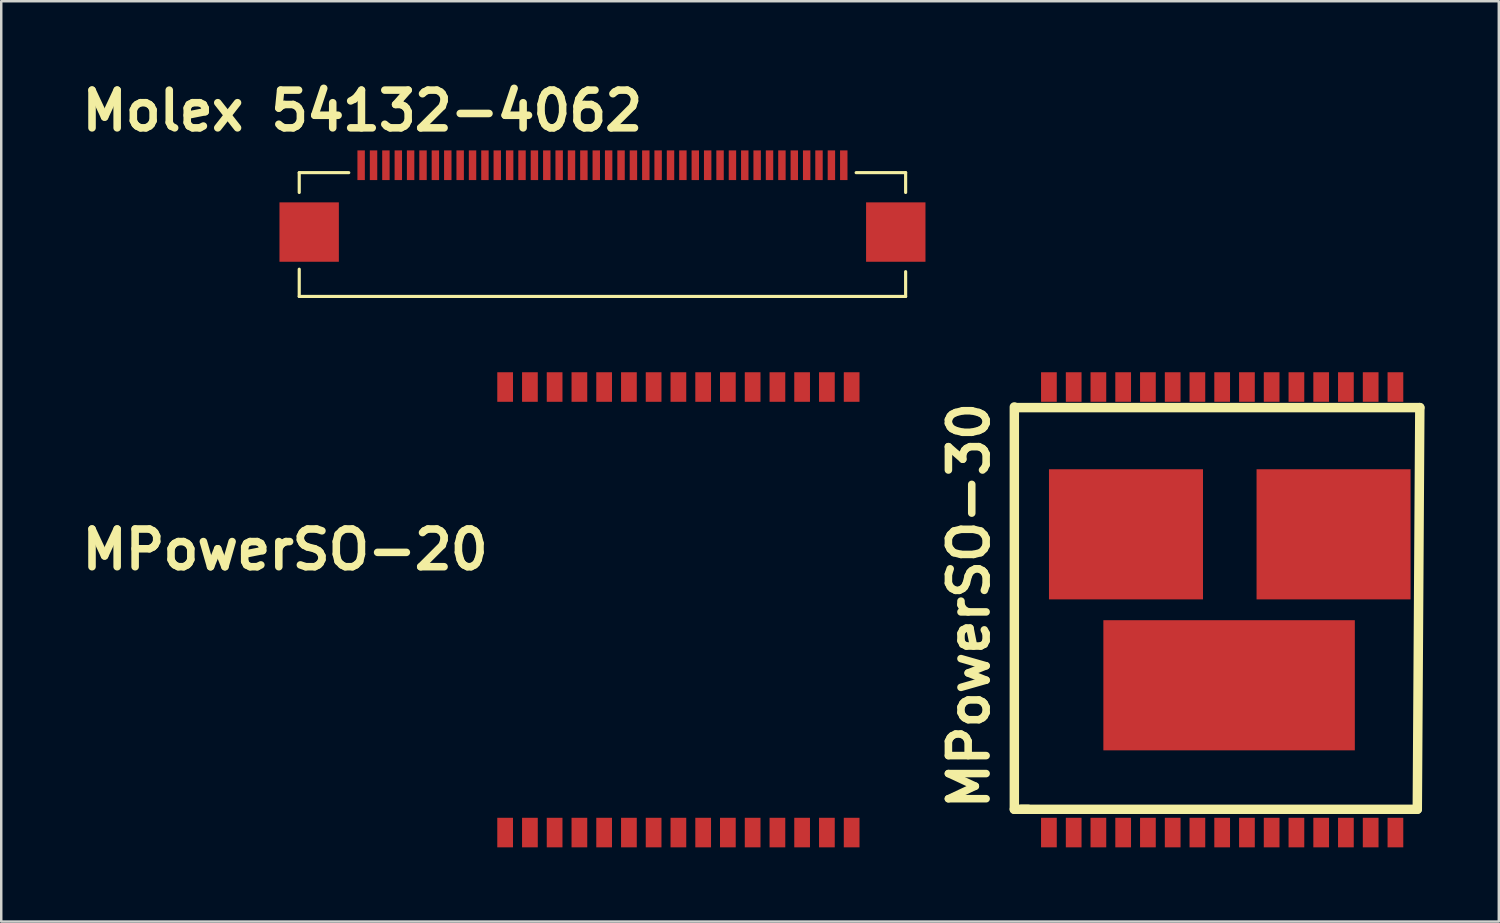
<source format=kicad_pcb>
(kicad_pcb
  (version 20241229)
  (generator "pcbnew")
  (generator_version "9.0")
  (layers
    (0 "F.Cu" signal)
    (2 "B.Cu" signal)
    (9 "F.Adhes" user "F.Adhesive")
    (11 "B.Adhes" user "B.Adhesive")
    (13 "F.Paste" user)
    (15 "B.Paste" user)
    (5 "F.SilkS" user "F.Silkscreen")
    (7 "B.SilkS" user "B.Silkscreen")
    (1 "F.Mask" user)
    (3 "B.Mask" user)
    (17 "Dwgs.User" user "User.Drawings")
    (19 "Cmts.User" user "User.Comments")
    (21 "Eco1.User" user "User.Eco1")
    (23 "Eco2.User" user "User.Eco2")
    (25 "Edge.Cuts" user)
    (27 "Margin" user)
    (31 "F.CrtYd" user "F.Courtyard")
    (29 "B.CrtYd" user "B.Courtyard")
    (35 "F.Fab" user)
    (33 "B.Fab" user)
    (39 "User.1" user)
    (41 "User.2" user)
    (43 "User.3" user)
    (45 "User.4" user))
  (footprint "Molex 54132-4062"
    (layer "F.Cu")
    (at 21.29 3.626)
    (property "Reference" "Molex 54132-4062" (at -9.7 -2.2 0) (layer "F.SilkS") (effects (font (size 1.524 1.524) (thickness 0.305))))
    (attr through_hole)
    (fp_line (start -12.25 0.3) (end -12.25 1.1) (stroke (width 0.127) (type solid)) (layer "F.SilkS"))
    (fp_line (start -12.25 4.201) (end -12.25 5.301) (stroke (width 0.127) (type solid)) (layer "F.SilkS"))
    (fp_line (start -12.25 5.301) (end 12.25 5.301) (stroke (width 0.127) (type solid)) (layer "F.SilkS"))
    (fp_line (start -10.249 0.3) (end -12.25 0.3) (stroke (width 0.127) (type solid)) (layer "F.SilkS"))
    (fp_line (start 10.251 0.3) (end 12.25 0.3) (stroke (width 0.127) (type solid)) (layer "F.SilkS"))
    (fp_line (start 12.25 0.3) (end 12.25 1.1) (stroke (width 0.127) (type solid)) (layer "F.SilkS"))
    (fp_line (start 12.25 5.301) (end 12.25 4.3) (stroke (width 0.127) (type solid)) (layer "F.SilkS"))
    (pad "1" smd rect (at -9.749 0) (size 0.3 1.199) (layers "F.Cu" "F.Mask" "F.Paste"))
    (pad "2" smd rect (at -9.248 0) (size 0.3 1.199) (layers "F.Cu" "F.Mask" "F.Paste"))
    (pad "3" smd rect (at -8.748 0) (size 0.3 1.199) (layers "F.Cu" "F.Mask" "F.Paste"))
    (pad "4" smd rect (at -8.247 0) (size 0.3 1.199) (layers "F.Cu" "F.Mask" "F.Paste"))
    (pad "5" smd rect (at -7.75 0) (size 0.3 1.199) (layers "F.Cu" "F.Mask" "F.Paste"))
    (pad "6" smd rect (at -7.249 0) (size 0.3 1.199) (layers "F.Cu" "F.Mask" "F.Paste"))
    (pad "7" smd rect (at -6.749 0) (size 0.3 1.199) (layers "F.Cu" "F.Mask" "F.Paste"))
    (pad "8" smd rect (at -6.248 0) (size 0.3 1.199) (layers "F.Cu" "F.Mask" "F.Paste"))
    (pad "9" smd rect (at -5.748 0) (size 0.3 1.199) (layers "F.Cu" "F.Mask" "F.Paste"))
    (pad "10" smd rect (at -5.248 0) (size 0.3 1.199) (layers "F.Cu" "F.Mask" "F.Paste"))
    (pad "11" smd rect (at -4.747 0) (size 0.3 1.199) (layers "F.Cu" "F.Mask" "F.Paste"))
    (pad "12" smd rect (at -4.249 0) (size 0.3 1.199) (layers "F.Cu" "F.Mask" "F.Paste"))
    (pad "13" smd rect (at -3.749 0) (size 0.3 1.199) (layers "F.Cu" "F.Mask" "F.Paste"))
    (pad "14" smd rect (at -3.249 0) (size 0.3 1.199) (layers "F.Cu" "F.Mask" "F.Paste"))
    (pad "15" smd rect (at -2.748 0) (size 0.3 1.199) (layers "F.Cu" "F.Mask" "F.Paste"))
    (pad "16" smd rect (at -2.248 0) (size 0.3 1.199) (layers "F.Cu" "F.Mask" "F.Paste"))
    (pad "17" smd rect (at -1.748 0) (size 0.3 1.199) (layers "F.Cu" "F.Mask" "F.Paste"))
    (pad "18" smd rect (at -1.25 0) (size 0.3 1.199) (layers "F.Cu" "F.Mask" "F.Paste"))
    (pad "19" smd rect (at -0.749 0) (size 0.3 1.199) (layers "F.Cu" "F.Mask" "F.Paste"))
    (pad "20" smd rect (at -0.249 0) (size 0.3 1.199) (layers "F.Cu" "F.Mask" "F.Paste"))
    (pad "21" smd rect (at 0.251 0) (size 0.3 1.199) (layers "F.Cu" "F.Mask" "F.Paste"))
    (pad "22" smd rect (at 0.752 0) (size 0.3 1.199) (layers "F.Cu" "F.Mask" "F.Paste"))
    (pad "23" smd rect (at 1.252 0) (size 0.3 1.199) (layers "F.Cu" "F.Mask" "F.Paste"))
    (pad "24" smd rect (at 1.753 0) (size 0.3 1.199) (layers "F.Cu" "F.Mask" "F.Paste"))
    (pad "25" smd rect (at 2.25 0) (size 0.3 1.199) (layers "F.Cu" "F.Mask" "F.Paste"))
    (pad "26" smd rect (at 2.751 0) (size 0.3 1.199) (layers "F.Cu" "F.Mask" "F.Paste"))
    (pad "27" smd rect (at 3.251 0) (size 0.3 1.199) (layers "F.Cu" "F.Mask" "F.Paste"))
    (pad "28" smd rect (at 3.752 0) (size 0.3 1.199) (layers "F.Cu" "F.Mask" "F.Paste"))
    (pad "29" smd rect (at 4.252 0) (size 0.3 1.199) (layers "F.Cu" "F.Mask" "F.Paste"))
    (pad "30" smd rect (at 4.752 0) (size 0.3 1.199) (layers "F.Cu" "F.Mask" "F.Paste"))
    (pad "31" smd rect (at 5.253 0) (size 0.3 1.199) (layers "F.Cu" "F.Mask" "F.Paste"))
    (pad "32" smd rect (at 5.751 0) (size 0.3 1.199) (layers "F.Cu" "F.Mask" "F.Paste"))
    (pad "33" smd rect (at 6.251 0) (size 0.3 1.199) (layers "F.Cu" "F.Mask" "F.Paste"))
    (pad "34" smd rect (at 6.751 0) (size 0.3 1.199) (layers "F.Cu" "F.Mask" "F.Paste"))
    (pad "35" smd rect (at 7.252 0) (size 0.3 1.199) (layers "F.Cu" "F.Mask" "F.Paste"))
    (pad "36" smd rect (at 7.752 0) (size 0.3 1.199) (layers "F.Cu" "F.Mask" "F.Paste"))
    (pad "37" smd rect (at 8.252 0) (size 0.3 1.199) (layers "F.Cu" "F.Mask" "F.Paste"))
    (pad "38" smd rect (at 8.75 0) (size 0.3 1.199) (layers "F.Cu" "F.Mask" "F.Paste"))
    (pad "39" smd rect (at 9.251 0) (size 0.3 1.199) (layers "F.Cu" "F.Mask" "F.Paste"))
    (pad "40" smd rect (at 9.751 0) (size 0.3 1.199) (layers "F.Cu" "F.Mask" "F.Paste"))
    (pad "41" smd rect (at -11.849 2.7) (size 2.4 2.4) (layers "F.Cu" "F.Mask" "F.Paste"))
    (pad "42" smd rect (at 11.852 2.7) (size 2.4 2.4) (layers "F.Cu" "F.Mask" "F.Paste")))
  (footprint "MPowerSO-30"
    (layer "F.Cu")
    (at 39.329 30.588)
    (property "Reference" "MPowerSO-30" (at -3.226 -9.169 90) (layer "F.SilkS") (effects (font (size 1.524 1.524) (thickness 0.305))))
    (attr through_hole)
    (fp_line (start -1.397 -17.196) (end -1.397 -0.94) (stroke (width 0.381) (type solid)) (layer "F.SilkS"))
    (fp_line (start -1.397 -0.94) (end -0.838 -0.94) (stroke (width 0.381) (type solid)) (layer "F.SilkS"))
    (fp_line (start -1.346 -17.17) (end 14.986 -17.17) (stroke (width 0.381) (type solid)) (layer "F.SilkS"))
    (fp_line (start 14.884 -0.94) (end -1.118 -0.94) (stroke (width 0.381) (type solid)) (layer "F.SilkS"))
    (fp_line (start 14.986 -17.17) (end 14.884 -0.94) (stroke (width 0.381) (type solid)) (layer "F.SilkS"))
    (pad "1" smd rect (at 0 0) (size 0.635 1.194) (layers "F.Cu" "F.Mask" "F.Paste"))
    (pad "2" smd rect (at 1.001 0) (size 0.635 1.194) (layers "F.Cu" "F.Mask" "F.Paste"))
    (pad "3" smd rect (at 1.999 0) (size 0.635 1.194) (layers "F.Cu" "F.Mask" "F.Paste"))
    (pad "4" smd rect (at 3 0) (size 0.635 1.194) (layers "F.Cu" "F.Mask" "F.Paste"))
    (pad "5" smd rect (at 4 0) (size 0.635 1.194) (layers "F.Cu" "F.Mask" "F.Paste"))
    (pad "6" smd rect (at 5.001 0) (size 0.635 1.194) (layers "F.Cu" "F.Mask" "F.Paste"))
    (pad "7" smd rect (at 5.999 0) (size 0.635 1.194) (layers "F.Cu" "F.Mask" "F.Paste"))
    (pad "8" smd rect (at 7 0) (size 0.635 1.194) (layers "F.Cu" "F.Mask" "F.Paste"))
    (pad "9" smd rect (at 8.001 0) (size 0.635 1.194) (layers "F.Cu" "F.Mask" "F.Paste"))
    (pad "10" smd rect (at 8.999 0) (size 0.635 1.194) (layers "F.Cu" "F.Mask" "F.Paste"))
    (pad "11" smd rect (at 10 0) (size 0.635 1.194) (layers "F.Cu" "F.Mask" "F.Paste"))
    (pad "12" smd rect (at 11.001 0) (size 0.635 1.194) (layers "F.Cu" "F.Mask" "F.Paste"))
    (pad "13" smd rect (at 11.999 0) (size 0.635 1.194) (layers "F.Cu" "F.Mask" "F.Paste"))
    (pad "14" smd rect (at 13 0) (size 0.635 1.194) (layers "F.Cu" "F.Mask" "F.Paste"))
    (pad "15" smd rect (at 14 0) (size 0.635 1.194) (layers "F.Cu" "F.Mask" "F.Paste"))
    (pad "16" smd rect (at 14 -18.001) (size 0.635 1.194) (layers "F.Cu" "F.Mask" "F.Paste"))
    (pad "17" smd rect (at 13 -18.001) (size 0.635 1.194) (layers "F.Cu" "F.Mask" "F.Paste"))
    (pad "18" smd rect (at 11.999 -18.001) (size 0.635 1.194) (layers "F.Cu" "F.Mask" "F.Paste"))
    (pad "19" smd rect (at 11.001 -18.001) (size 0.635 1.194) (layers "F.Cu" "F.Mask" "F.Paste"))
    (pad "20" smd rect (at 10 -18.001) (size 0.635 1.194) (layers "F.Cu" "F.Mask" "F.Paste"))
    (pad "21" smd rect (at 8.999 -18.001) (size 0.635 1.194) (layers "F.Cu" "F.Mask" "F.Paste"))
    (pad "22" smd rect (at 8.001 -18.001) (size 0.635 1.194) (layers "F.Cu" "F.Mask" "F.Paste"))
    (pad "23" smd rect (at 7 -18.001) (size 0.635 1.194) (layers "F.Cu" "F.Mask" "F.Paste"))
    (pad "24" smd rect (at 5.999 -18.001) (size 0.635 1.194) (layers "F.Cu" "F.Mask" "F.Paste"))
    (pad "25" smd rect (at 5.001 -18.001) (size 0.635 1.194) (layers "F.Cu" "F.Mask" "F.Paste"))
    (pad "26" smd rect (at 4 -18.001) (size 0.635 1.194) (layers "F.Cu" "F.Mask" "F.Paste"))
    (pad "27" smd rect (at 3 -18.001) (size 0.635 1.194) (layers "F.Cu" "F.Mask" "F.Paste"))
    (pad "28" smd rect (at 1.999 -18.001) (size 0.635 1.194) (layers "F.Cu" "F.Mask" "F.Paste"))
    (pad "29" smd rect (at 1.001 -18.001) (size 0.635 1.194) (layers "F.Cu" "F.Mask" "F.Paste"))
    (pad "30" smd rect (at 0 -18.001) (size 0.635 1.194) (layers "F.Cu" "F.Mask" "F.Paste"))
    (pad "31" smd rect (at 7.28 -5.951) (size 10.16 5.258) (layers "F.Cu" "F.Mask" "F.Paste"))
    (pad "32" smd rect (at 11.501 -12.05) (size 6.223 5.258) (layers "F.Cu" "F.Mask" "F.Paste"))
    (pad "33" smd rect (at 3.114 -12.05) (size 6.223 5.258) (layers "F.Cu" "F.Mask" "F.Paste")))
  (footprint "MPowerSO-20"
    (layer "F.Cu")
    (at 17.359 30.588)
    (property "Reference" "MPowerSO-20" (at -8.89 -11.43 0) (layer "F.SilkS") (effects (font (size 1.524 1.524) (thickness 0.305))))
    (attr through_hole)
    (pad "1" smd rect (at 0 0) (size 0.635 1.194) (layers "F.Cu" "F.Mask" "F.Paste"))
    (pad "2" smd rect (at 1.001 0) (size 0.635 1.194) (layers "F.Cu" "F.Mask" "F.Paste"))
    (pad "3" smd rect (at 1.999 0) (size 0.635 1.194) (layers "F.Cu" "F.Mask" "F.Paste"))
    (pad "4" smd rect (at 3 0) (size 0.635 1.194) (layers "F.Cu" "F.Mask" "F.Paste"))
    (pad "5" smd rect (at 4 0) (size 0.635 1.194) (layers "F.Cu" "F.Mask" "F.Paste"))
    (pad "6" smd rect (at 5.001 0) (size 0.635 1.194) (layers "F.Cu" "F.Mask" "F.Paste"))
    (pad "7" smd rect (at 5.999 0) (size 0.635 1.194) (layers "F.Cu" "F.Mask" "F.Paste"))
    (pad "8" smd rect (at 7 0) (size 0.635 1.194) (layers "F.Cu" "F.Mask" "F.Paste"))
    (pad "9" smd rect (at 8.001 0) (size 0.635 1.194) (layers "F.Cu" "F.Mask" "F.Paste"))
    (pad "10" smd rect (at 8.999 0) (size 0.635 1.194) (layers "F.Cu" "F.Mask" "F.Paste"))
    (pad "11" smd rect (at 10 0) (size 0.635 1.194) (layers "F.Cu" "F.Mask" "F.Paste"))
    (pad "12" smd rect (at 11.001 0) (size 0.635 1.194) (layers "F.Cu" "F.Mask" "F.Paste"))
    (pad "13" smd rect (at 11.999 0) (size 0.635 1.194) (layers "F.Cu" "F.Mask" "F.Paste"))
    (pad "14" smd rect (at 13 0) (size 0.635 1.194) (layers "F.Cu" "F.Mask" "F.Paste"))
    (pad "15" smd rect (at 14 0) (size 0.635 1.194) (layers "F.Cu" "F.Mask" "F.Paste"))
    (pad "16" smd rect (at 14 -18.001) (size 0.635 1.194) (layers "F.Cu" "F.Mask" "F.Paste"))
    (pad "17" smd rect (at 13 -18.001) (size 0.635 1.194) (layers "F.Cu" "F.Mask" "F.Paste"))
    (pad "18" smd rect (at 11.999 -18.001) (size 0.635 1.194) (layers "F.Cu" "F.Mask" "F.Paste"))
    (pad "19" smd rect (at 11.001 -18.001) (size 0.635 1.194) (layers "F.Cu" "F.Mask" "F.Paste"))
    (pad "20" smd rect (at 10 -18.001) (size 0.635 1.194) (layers "F.Cu" "F.Mask" "F.Paste"))
    (pad "21" smd rect (at 8.999 -18.001) (size 0.635 1.194) (layers "F.Cu" "F.Mask" "F.Paste"))
    (pad "22" smd rect (at 8.001 -18.001) (size 0.635 1.194) (layers "F.Cu" "F.Mask" "F.Paste"))
    (pad "23" smd rect (at 7 -18.001) (size 0.635 1.194) (layers "F.Cu" "F.Mask" "F.Paste"))
    (pad "24" smd rect (at 5.999 -18.001) (size 0.635 1.194) (layers "F.Cu" "F.Mask" "F.Paste"))
    (pad "25" smd rect (at 5.001 -18.001) (size 0.635 1.194) (layers "F.Cu" "F.Mask" "F.Paste"))
    (pad "26" smd rect (at 4 -18.001) (size 0.635 1.194) (layers "F.Cu" "F.Mask" "F.Paste"))
    (pad "27" smd rect (at 3 -18.001) (size 0.635 1.194) (layers "F.Cu" "F.Mask" "F.Paste"))
    (pad "28" smd rect (at 1.999 -18.001) (size 0.635 1.194) (layers "F.Cu" "F.Mask" "F.Paste"))
    (pad "29" smd rect (at 1.001 -18.001) (size 0.635 1.194) (layers "F.Cu" "F.Mask" "F.Paste"))
    (pad "30" smd rect (at 0 -18.001) (size 0.635 1.194) (layers "F.Cu" "F.Mask" "F.Paste")))
  (gr_rect
    (start -3 -3)
    (end 57.506 34.185)
    (stroke (width 0.1) (type default))
    (fill no)
    (layer "Edge.Cuts")))
</source>
